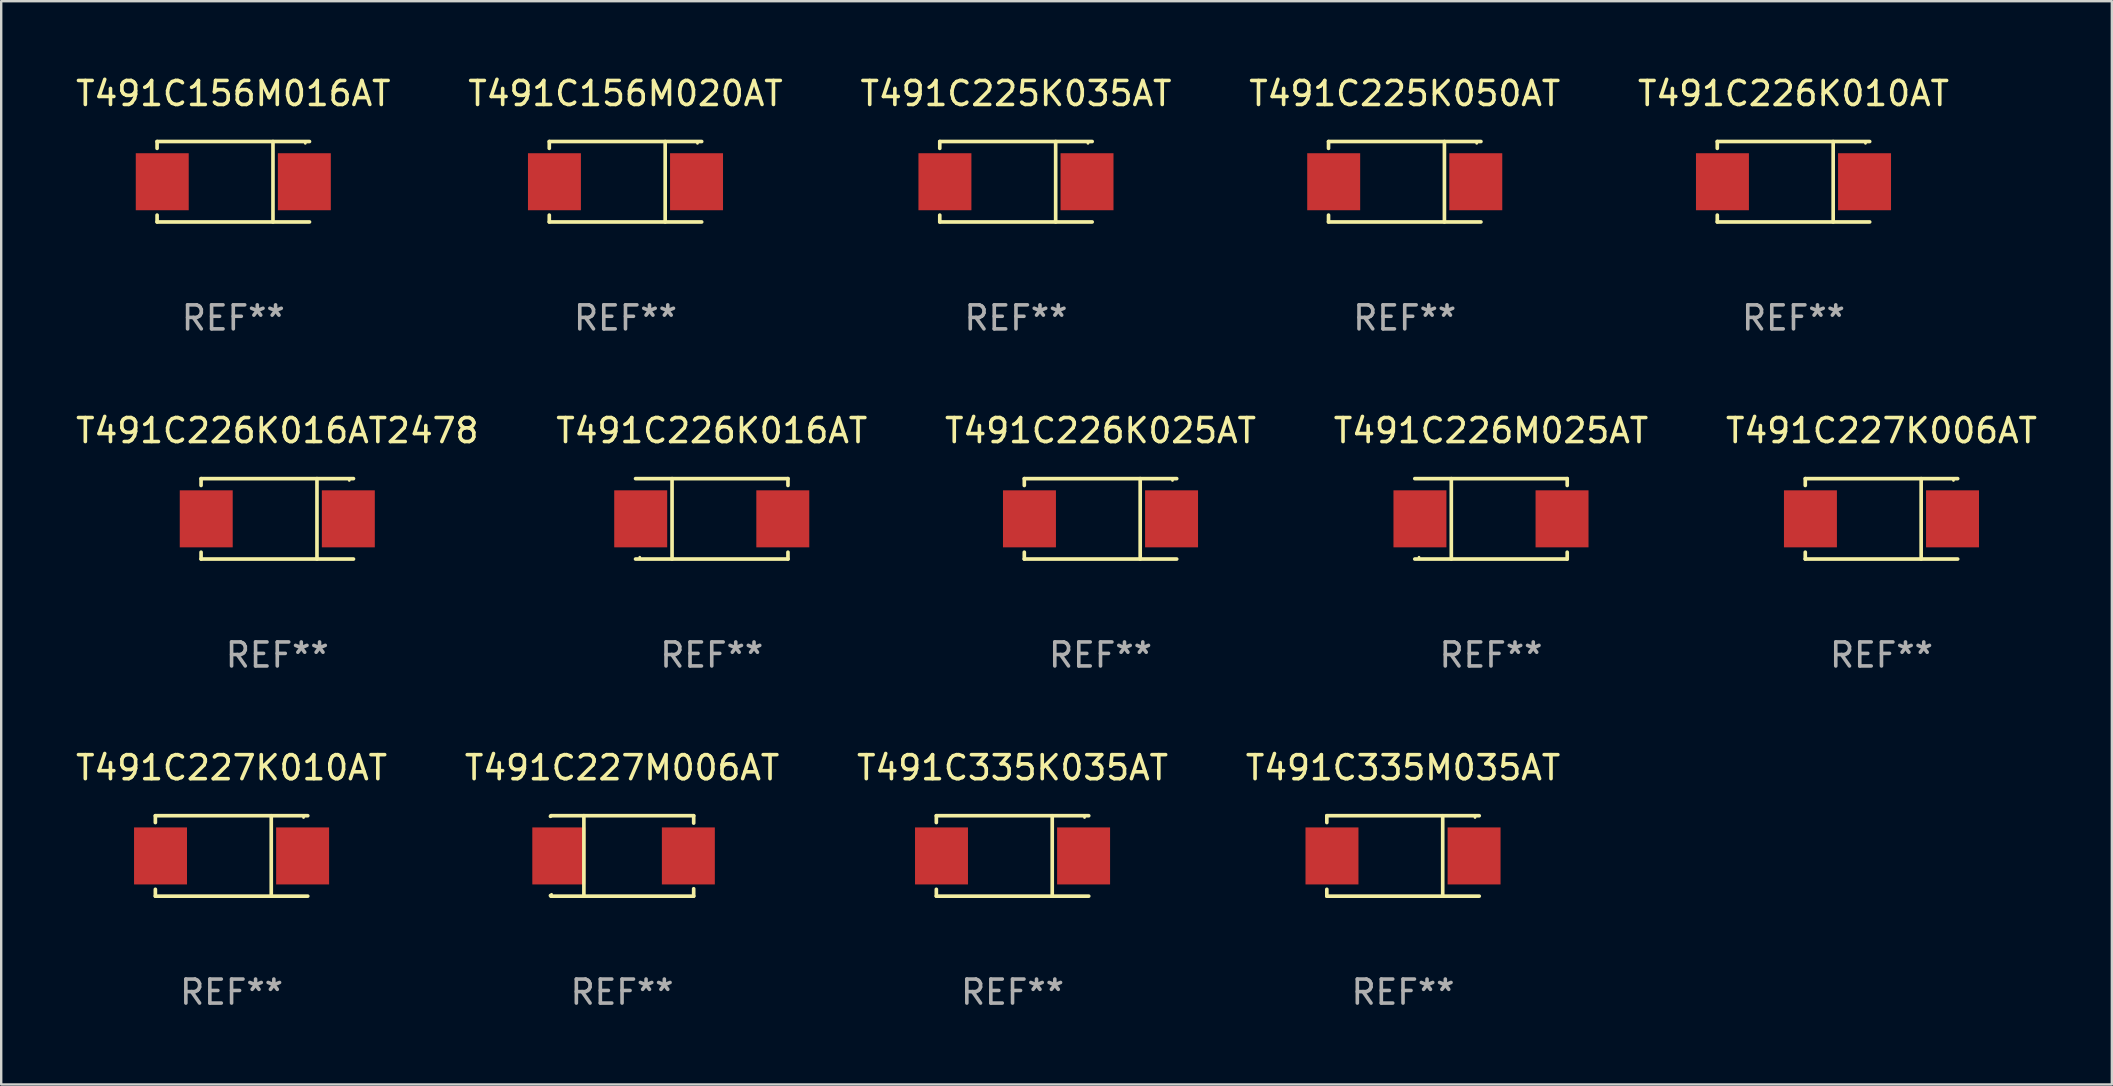
<source format=kicad_pcb>
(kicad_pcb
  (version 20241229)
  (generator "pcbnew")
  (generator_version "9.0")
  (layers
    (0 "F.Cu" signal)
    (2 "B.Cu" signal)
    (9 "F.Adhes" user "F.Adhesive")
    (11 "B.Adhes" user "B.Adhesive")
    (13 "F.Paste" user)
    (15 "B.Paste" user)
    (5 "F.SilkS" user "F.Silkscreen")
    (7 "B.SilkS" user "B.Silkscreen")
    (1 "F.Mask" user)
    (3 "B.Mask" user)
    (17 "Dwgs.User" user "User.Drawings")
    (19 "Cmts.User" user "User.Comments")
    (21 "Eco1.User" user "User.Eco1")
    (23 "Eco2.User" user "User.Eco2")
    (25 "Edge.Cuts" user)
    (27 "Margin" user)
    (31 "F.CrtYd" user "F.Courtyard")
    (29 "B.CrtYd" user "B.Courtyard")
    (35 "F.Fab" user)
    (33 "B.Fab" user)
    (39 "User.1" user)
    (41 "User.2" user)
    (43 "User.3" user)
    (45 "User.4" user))
  (footprint "T491C156M016AT"
    (layer "F.Cu")
    (at 6.673 4.524)
    (property "Reference" "T491C156M016AT" (at 0 -3.676 0) (layer "F.SilkS") (effects (font (size 1 1) (thickness 0.15))))
    (attr through_hole)
    (fp_line (start -3.176 -1.676) (end -3.176 -1.391) (stroke (width 0.152) (type solid)) (layer "F.SilkS"))
    (fp_line (start -3.176 -1.676) (end 3.176 -1.676) (stroke (width 0.152) (type solid)) (layer "F.SilkS"))
    (fp_line (start -3.176 1.676) (end -3.176 1.391) (stroke (width 0.152) (type solid)) (layer "F.SilkS"))
    (fp_line (start -3.176 1.676) (end 3.176 1.676) (stroke (width 0.152) (type solid)) (layer "F.SilkS"))
    (fp_line (start 1.654 -1.676) (end 1.654 1.676) (stroke (width 0.152) (type solid)) (layer "F.SilkS"))
    (fp_circle (center 3 -1.6) (end 3.03 -1.6) (stroke (width 0.06) (type solid)) (fill no) (layer "F.SilkS"))
    (fp_text user "REF**" (at 0 5.676 0) (layer "F.Fab") (effects (font (size 1 1) (thickness 0.15))))
    (pad "1" smd rect (at 2.961 0) (size 2.207 2.376) (layers "F.Cu" "F.Mask" "F.Paste"))
    (pad "2" smd rect (at -2.961 0) (size 2.207 2.376) (layers "F.Cu" "F.Mask" "F.Paste")))
  (footprint "T491C226K025AT"
    (layer "F.Cu")
    (at 42.815 18.573)
    (property "Reference" "T491C226K025AT" (at 0 -3.676 0) (layer "F.SilkS") (effects (font (size 1 1) (thickness 0.15))))
    (attr through_hole)
    (fp_line (start -3.176 -1.676) (end -3.176 -1.391) (stroke (width 0.152) (type solid)) (layer "F.SilkS"))
    (fp_line (start -3.176 -1.676) (end 3.176 -1.676) (stroke (width 0.152) (type solid)) (layer "F.SilkS"))
    (fp_line (start -3.176 1.676) (end -3.176 1.391) (stroke (width 0.152) (type solid)) (layer "F.SilkS"))
    (fp_line (start -3.176 1.676) (end 3.176 1.676) (stroke (width 0.152) (type solid)) (layer "F.SilkS"))
    (fp_line (start 1.654 -1.676) (end 1.654 1.676) (stroke (width 0.152) (type solid)) (layer "F.SilkS"))
    (fp_circle (center 3 -1.6) (end 3.03 -1.6) (stroke (width 0.06) (type solid)) (fill no) (layer "F.SilkS"))
    (fp_text user "REF**" (at 0 5.676 0) (layer "F.Fab") (effects (font (size 1 1) (thickness 0.15))))
    (pad "1" smd rect (at 2.961 0) (size 2.207 2.376) (layers "F.Cu" "F.Mask" "F.Paste"))
    (pad "2" smd rect (at -2.961 0) (size 2.207 2.376) (layers "F.Cu" "F.Mask" "F.Paste")))
  (footprint "T491C225K050AT"
    (layer "F.Cu")
    (at 55.494 4.524)
    (property "Reference" "T491C225K050AT" (at 0 -3.676 0) (layer "F.SilkS") (effects (font (size 1 1) (thickness 0.15))))
    (attr through_hole)
    (fp_line (start -3.176 -1.676) (end -3.176 -1.391) (stroke (width 0.152) (type solid)) (layer "F.SilkS"))
    (fp_line (start -3.176 -1.676) (end 3.176 -1.676) (stroke (width 0.152) (type solid)) (layer "F.SilkS"))
    (fp_line (start -3.176 1.676) (end -3.176 1.391) (stroke (width 0.152) (type solid)) (layer "F.SilkS"))
    (fp_line (start -3.176 1.676) (end 3.176 1.676) (stroke (width 0.152) (type solid)) (layer "F.SilkS"))
    (fp_line (start 1.654 -1.676) (end 1.654 1.676) (stroke (width 0.152) (type solid)) (layer "F.SilkS"))
    (fp_circle (center 3 -1.6) (end 3.03 -1.6) (stroke (width 0.06) (type solid)) (fill no) (layer "F.SilkS"))
    (fp_text user "REF**" (at 0 5.676 0) (layer "F.Fab") (effects (font (size 1 1) (thickness 0.15))))
    (pad "1" smd rect (at 2.961 0) (size 2.207 2.376) (layers "F.Cu" "F.Mask" "F.Paste"))
    (pad "2" smd rect (at -2.961 0) (size 2.207 2.376) (layers "F.Cu" "F.Mask" "F.Paste")))
  (footprint "T491C226M025AT"
    (layer "F.Cu")
    (at 59.089 18.573)
    (property "Reference" "T491C226M025AT" (at 0 -3.676 0) (layer "F.SilkS") (effects (font (size 1 1) (thickness 0.15))))
    (attr through_hole)
    (fp_line (start -1.654 1.676) (end -1.654 -1.676) (stroke (width 0.152) (type solid)) (layer "F.SilkS"))
    (fp_line (start 3.176 -1.676) (end -3.176 -1.676) (stroke (width 0.152) (type solid)) (layer "F.SilkS"))
    (fp_line (start 3.176 -1.676) (end 3.176 -1.391) (stroke (width 0.152) (type solid)) (layer "F.SilkS"))
    (fp_line (start 3.176 1.676) (end -3.176 1.676) (stroke (width 0.152) (type solid)) (layer "F.SilkS"))
    (fp_line (start 3.176 1.676) (end 3.176 1.391) (stroke (width 0.152) (type solid)) (layer "F.SilkS"))
    (fp_circle (center -3 1.6) (end -2.97 1.6) (stroke (width 0.06) (type solid)) (fill no) (layer "F.SilkS"))
    (fp_text user "REF**" (at 0 5.676 0) (layer "F.Fab") (effects (font (size 1 1) (thickness 0.15))))
    (pad "1" smd rect (at -2.961 -0.000051 180) (size 2.207 2.376) (layers "F.Cu" "F.Mask" "F.Paste"))
    (pad "2" smd rect (at 2.961 -0.000051 180) (size 2.207 2.376) (layers "F.Cu" "F.Mask" "F.Paste")))
  (footprint "T491C225K035AT"
    (layer "F.Cu")
    (at 39.292 4.524)
    (property "Reference" "T491C225K035AT" (at 0 -3.676 0) (layer "F.SilkS") (effects (font (size 1 1) (thickness 0.15))))
    (attr through_hole)
    (fp_line (start -3.176 -1.676) (end -3.176 -1.391) (stroke (width 0.152) (type solid)) (layer "F.SilkS"))
    (fp_line (start -3.176 -1.676) (end 3.176 -1.676) (stroke (width 0.152) (type solid)) (layer "F.SilkS"))
    (fp_line (start -3.176 1.676) (end -3.176 1.391) (stroke (width 0.152) (type solid)) (layer "F.SilkS"))
    (fp_line (start -3.176 1.676) (end 3.176 1.676) (stroke (width 0.152) (type solid)) (layer "F.SilkS"))
    (fp_line (start 1.654 -1.676) (end 1.654 1.676) (stroke (width 0.152) (type solid)) (layer "F.SilkS"))
    (fp_circle (center 3 -1.6) (end 3.03 -1.6) (stroke (width 0.06) (type solid)) (fill no) (layer "F.SilkS"))
    (fp_text user "REF**" (at 0 5.676 0) (layer "F.Fab") (effects (font (size 1 1) (thickness 0.15))))
    (pad "1" smd rect (at 2.961 0) (size 2.207 2.376) (layers "F.Cu" "F.Mask" "F.Paste"))
    (pad "2" smd rect (at -2.961 0) (size 2.207 2.376) (layers "F.Cu" "F.Mask" "F.Paste")))
  (footprint "T491C335K035AT"
    (layer "F.Cu")
    (at 39.149 32.622)
    (property "Reference" "T491C335K035AT" (at 0 -3.676 0) (layer "F.SilkS") (effects (font (size 1 1) (thickness 0.15))))
    (attr through_hole)
    (fp_line (start -3.176 -1.676) (end -3.176 -1.391) (stroke (width 0.152) (type solid)) (layer "F.SilkS"))
    (fp_line (start -3.176 -1.676) (end 3.176 -1.676) (stroke (width 0.152) (type solid)) (layer "F.SilkS"))
    (fp_line (start -3.176 1.676) (end -3.176 1.391) (stroke (width 0.152) (type solid)) (layer "F.SilkS"))
    (fp_line (start -3.176 1.676) (end 3.176 1.676) (stroke (width 0.152) (type solid)) (layer "F.SilkS"))
    (fp_line (start 1.654 -1.676) (end 1.654 1.676) (stroke (width 0.152) (type solid)) (layer "F.SilkS"))
    (fp_circle (center 3 -1.6) (end 3.03 -1.6) (stroke (width 0.06) (type solid)) (fill no) (layer "F.SilkS"))
    (fp_text user "REF**" (at 0 5.676 0) (layer "F.Fab") (effects (font (size 1 1) (thickness 0.15))))
    (pad "1" smd rect (at 2.961 0) (size 2.207 2.376) (layers "F.Cu" "F.Mask" "F.Paste"))
    (pad "2" smd rect (at -2.961 0) (size 2.207 2.376) (layers "F.Cu" "F.Mask" "F.Paste")))
  (footprint "T491C226K016AT2478"
    (layer "F.Cu")
    (at 8.506 18.573)
    (property "Reference" "T491C226K016AT2478" (at 0 -3.676 0) (layer "F.SilkS") (effects (font (size 1 1) (thickness 0.15))))
    (attr through_hole)
    (fp_line (start -3.176 -1.676) (end -3.176 -1.391) (stroke (width 0.152) (type solid)) (layer "F.SilkS"))
    (fp_line (start -3.176 -1.676) (end 3.176 -1.676) (stroke (width 0.152) (type solid)) (layer "F.SilkS"))
    (fp_line (start -3.176 1.676) (end -3.176 1.391) (stroke (width 0.152) (type solid)) (layer "F.SilkS"))
    (fp_line (start -3.176 1.676) (end 3.176 1.676) (stroke (width 0.152) (type solid)) (layer "F.SilkS"))
    (fp_line (start 1.654 -1.676) (end 1.654 1.676) (stroke (width 0.152) (type solid)) (layer "F.SilkS"))
    (fp_circle (center 3 -1.6) (end 3.03 -1.6) (stroke (width 0.06) (type solid)) (fill no) (layer "F.SilkS"))
    (fp_text user "REF**" (at 0 5.676 0) (layer "F.Fab") (effects (font (size 1 1) (thickness 0.15))))
    (pad "1" smd rect (at 2.961 0) (size 2.207 2.376) (layers "F.Cu" "F.Mask" "F.Paste"))
    (pad "2" smd rect (at -2.961 0) (size 2.207 2.376) (layers "F.Cu" "F.Mask" "F.Paste")))
  (footprint "T491C227K006AT"
    (layer "F.Cu")
    (at 75.363 18.573)
    (property "Reference" "T491C227K006AT" (at 0 -3.676 0) (layer "F.SilkS") (effects (font (size 1 1) (thickness 0.15))))
    (attr through_hole)
    (fp_line (start -3.176 -1.676) (end -3.176 -1.391) (stroke (width 0.152) (type solid)) (layer "F.SilkS"))
    (fp_line (start -3.176 -1.676) (end 3.176 -1.676) (stroke (width 0.152) (type solid)) (layer "F.SilkS"))
    (fp_line (start -3.176 1.676) (end -3.176 1.391) (stroke (width 0.152) (type solid)) (layer "F.SilkS"))
    (fp_line (start -3.176 1.676) (end 3.176 1.676) (stroke (width 0.152) (type solid)) (layer "F.SilkS"))
    (fp_line (start 1.654 -1.676) (end 1.654 1.676) (stroke (width 0.152) (type solid)) (layer "F.SilkS"))
    (fp_circle (center 3 -1.6) (end 3.03 -1.6) (stroke (width 0.06) (type solid)) (fill no) (layer "F.SilkS"))
    (fp_text user "REF**" (at 0 5.676 0) (layer "F.Fab") (effects (font (size 1 1) (thickness 0.15))))
    (pad "1" smd rect (at 2.961 0) (size 2.207 2.376) (layers "F.Cu" "F.Mask" "F.Paste"))
    (pad "2" smd rect (at -2.961 0) (size 2.207 2.376) (layers "F.Cu" "F.Mask" "F.Paste")))
  (footprint "T491C335M035AT"
    (layer "F.Cu")
    (at 55.423 32.622)
    (property "Reference" "T491C335M035AT" (at 0 -3.676 0) (layer "F.SilkS") (effects (font (size 1 1) (thickness 0.15))))
    (attr through_hole)
    (fp_line (start -3.176 -1.676) (end -3.176 -1.391) (stroke (width 0.152) (type solid)) (layer "F.SilkS"))
    (fp_line (start -3.176 -1.676) (end 3.176 -1.676) (stroke (width 0.152) (type solid)) (layer "F.SilkS"))
    (fp_line (start -3.176 1.676) (end -3.176 1.391) (stroke (width 0.152) (type solid)) (layer "F.SilkS"))
    (fp_line (start -3.176 1.676) (end 3.176 1.676) (stroke (width 0.152) (type solid)) (layer "F.SilkS"))
    (fp_line (start 1.654 -1.676) (end 1.654 1.676) (stroke (width 0.152) (type solid)) (layer "F.SilkS"))
    (fp_circle (center 3 -1.6) (end 3.03 -1.6) (stroke (width 0.06) (type solid)) (fill no) (layer "F.SilkS"))
    (fp_text user "REF**" (at 0 5.676 0) (layer "F.Fab") (effects (font (size 1 1) (thickness 0.15))))
    (pad "1" smd rect (at 2.961 0) (size 2.207 2.376) (layers "F.Cu" "F.Mask" "F.Paste"))
    (pad "2" smd rect (at -2.961 0) (size 2.207 2.376) (layers "F.Cu" "F.Mask" "F.Paste")))
  (footprint "T491C226K016AT"
    (layer "F.Cu")
    (at 26.613 18.573)
    (property "Reference" "T491C226K016AT" (at 0 -3.676 0) (layer "F.SilkS") (effects (font (size 1 1) (thickness 0.15))))
    (attr through_hole)
    (fp_line (start -1.654 1.676) (end -1.654 -1.676) (stroke (width 0.152) (type solid)) (layer "F.SilkS"))
    (fp_line (start 3.176 -1.676) (end -3.176 -1.676) (stroke (width 0.152) (type solid)) (layer "F.SilkS"))
    (fp_line (start 3.176 -1.676) (end 3.176 -1.391) (stroke (width 0.152) (type solid)) (layer "F.SilkS"))
    (fp_line (start 3.176 1.676) (end -3.176 1.676) (stroke (width 0.152) (type solid)) (layer "F.SilkS"))
    (fp_line (start 3.176 1.676) (end 3.176 1.391) (stroke (width 0.152) (type solid)) (layer "F.SilkS"))
    (fp_circle (center -3 1.6) (end -2.97 1.6) (stroke (width 0.06) (type solid)) (fill no) (layer "F.SilkS"))
    (fp_text user "REF**" (at 0 5.676 0) (layer "F.Fab") (effects (font (size 1 1) (thickness 0.15))))
    (pad "1" smd rect (at -2.961 -0.000051 180) (size 2.207 2.376) (layers "F.Cu" "F.Mask" "F.Paste"))
    (pad "2" smd rect (at 2.961 -0.000051 180) (size 2.207 2.376) (layers "F.Cu" "F.Mask" "F.Paste")))
  (footprint "T491C227M006AT"
    (layer "F.Cu")
    (at 22.875 32.622)
    (property "Reference" "T491C227M006AT" (at 0 -3.676 0) (layer "F.SilkS") (effects (font (size 1 1) (thickness 0.15))))
    (attr through_hole)
    (fp_line (start -2.959 -1.676) (end -2.985 -1.651) (stroke (width 0.152) (type solid)) (layer "F.SilkS"))
    (fp_line (start -2.959 1.676) (end -2.985 1.651) (stroke (width 0.152) (type solid)) (layer "F.SilkS"))
    (fp_line (start -1.591 -1.676) (end -2.959 -1.676) (stroke (width 0.152) (type solid)) (layer "F.SilkS"))
    (fp_line (start -1.591 -1.676) (end 2.985 -1.676) (stroke (width 0.152) (type solid)) (layer "F.SilkS"))
    (fp_line (start -1.591 1.676) (end -2.959 1.676) (stroke (width 0.152) (type solid)) (layer "F.SilkS"))
    (fp_line (start -1.591 1.676) (end -1.591 -1.676) (stroke (width 0.152) (type solid)) (layer "F.SilkS"))
    (fp_line (start -1.591 1.676) (end 2.985 1.676) (stroke (width 0.152) (type solid)) (layer "F.SilkS"))
    (fp_line (start 2.985 -1.676) (end 2.985 -1.368) (stroke (width 0.152) (type solid)) (layer "F.SilkS"))
    (fp_line (start 2.985 1.676) (end 2.985 1.368) (stroke (width 0.152) (type solid)) (layer "F.SilkS"))
    (fp_circle (center -2.937 1.6) (end -2.907 1.6) (stroke (width 0.06) (type solid)) (fill no) (layer "F.SilkS"))
    (fp_text user "REF**" (at 0 5.676 0) (layer "F.Fab") (effects (font (size 1 1) (thickness 0.15))))
    (pad "1" smd rect (at -2.637 0.000025 180) (size 2.207 2.376) (layers "F.Cu" "F.Mask" "F.Paste"))
    (pad "2" smd rect (at 2.763 0.000025 180) (size 2.207 2.376) (layers "F.Cu" "F.Mask" "F.Paste")))
  (footprint "T491C227K010AT"
    (layer "F.Cu")
    (at 6.601 32.622)
    (property "Reference" "T491C227K010AT" (at 0 -3.676 0) (layer "F.SilkS") (effects (font (size 1 1) (thickness 0.15))))
    (attr through_hole)
    (fp_line (start -3.176 -1.676) (end -3.176 -1.391) (stroke (width 0.152) (type solid)) (layer "F.SilkS"))
    (fp_line (start -3.176 -1.676) (end 3.176 -1.676) (stroke (width 0.152) (type solid)) (layer "F.SilkS"))
    (fp_line (start -3.176 1.676) (end -3.176 1.391) (stroke (width 0.152) (type solid)) (layer "F.SilkS"))
    (fp_line (start -3.176 1.676) (end 3.176 1.676) (stroke (width 0.152) (type solid)) (layer "F.SilkS"))
    (fp_line (start 1.654 -1.676) (end 1.654 1.676) (stroke (width 0.152) (type solid)) (layer "F.SilkS"))
    (fp_circle (center 3 -1.6) (end 3.03 -1.6) (stroke (width 0.06) (type solid)) (fill no) (layer "F.SilkS"))
    (fp_text user "REF**" (at 0 5.676 0) (layer "F.Fab") (effects (font (size 1 1) (thickness 0.15))))
    (pad "1" smd rect (at 2.961 0) (size 2.207 2.376) (layers "F.Cu" "F.Mask" "F.Paste"))
    (pad "2" smd rect (at -2.961 0) (size 2.207 2.376) (layers "F.Cu" "F.Mask" "F.Paste")))
  (footprint "T491C156M020AT"
    (layer "F.Cu")
    (at 23.018 4.524)
    (property "Reference" "T491C156M020AT" (at 0 -3.676 0) (layer "F.SilkS") (effects (font (size 1 1) (thickness 0.15))))
    (attr through_hole)
    (fp_line (start -3.176 -1.676) (end -3.176 -1.391) (stroke (width 0.152) (type solid)) (layer "F.SilkS"))
    (fp_line (start -3.176 -1.676) (end 3.176 -1.676) (stroke (width 0.152) (type solid)) (layer "F.SilkS"))
    (fp_line (start -3.176 1.676) (end -3.176 1.391) (stroke (width 0.152) (type solid)) (layer "F.SilkS"))
    (fp_line (start -3.176 1.676) (end 3.176 1.676) (stroke (width 0.152) (type solid)) (layer "F.SilkS"))
    (fp_line (start 1.654 -1.676) (end 1.654 1.676) (stroke (width 0.152) (type solid)) (layer "F.SilkS"))
    (fp_circle (center 3 -1.6) (end 3.03 -1.6) (stroke (width 0.06) (type solid)) (fill no) (layer "F.SilkS"))
    (fp_text user "REF**" (at 0 5.676 0) (layer "F.Fab") (effects (font (size 1 1) (thickness 0.15))))
    (pad "1" smd rect (at 2.961 0) (size 2.207 2.376) (layers "F.Cu" "F.Mask" "F.Paste"))
    (pad "2" smd rect (at -2.961 0) (size 2.207 2.376) (layers "F.Cu" "F.Mask" "F.Paste")))
  (footprint "T491C226K010AT"
    (layer "F.Cu")
    (at 71.696 4.524)
    (property "Reference" "T491C226K010AT" (at 0 -3.676 0) (layer "F.SilkS") (effects (font (size 1 1) (thickness 0.15))))
    (attr through_hole)
    (fp_line (start -3.176 -1.676) (end -3.176 -1.391) (stroke (width 0.152) (type solid)) (layer "F.SilkS"))
    (fp_line (start -3.176 -1.676) (end 3.176 -1.676) (stroke (width 0.152) (type solid)) (layer "F.SilkS"))
    (fp_line (start -3.176 1.676) (end -3.176 1.391) (stroke (width 0.152) (type solid)) (layer "F.SilkS"))
    (fp_line (start -3.176 1.676) (end 3.176 1.676) (stroke (width 0.152) (type solid)) (layer "F.SilkS"))
    (fp_line (start 1.654 -1.676) (end 1.654 1.676) (stroke (width 0.152) (type solid)) (layer "F.SilkS"))
    (fp_circle (center 3 -1.6) (end 3.03 -1.6) (stroke (width 0.06) (type solid)) (fill no) (layer "F.SilkS"))
    (fp_text user "REF**" (at 0 5.676 0) (layer "F.Fab") (effects (font (size 1 1) (thickness 0.15))))
    (pad "1" smd rect (at 2.961 0) (size 2.207 2.376) (layers "F.Cu" "F.Mask" "F.Paste"))
    (pad "2" smd rect (at -2.961 0) (size 2.207 2.376) (layers "F.Cu" "F.Mask" "F.Paste")))
  (gr_rect
    (start -3 -3)
    (end 84.964 42.147)
    (stroke (width 0.1) (type default))
    (fill no)
    (layer "Edge.Cuts")))
</source>
